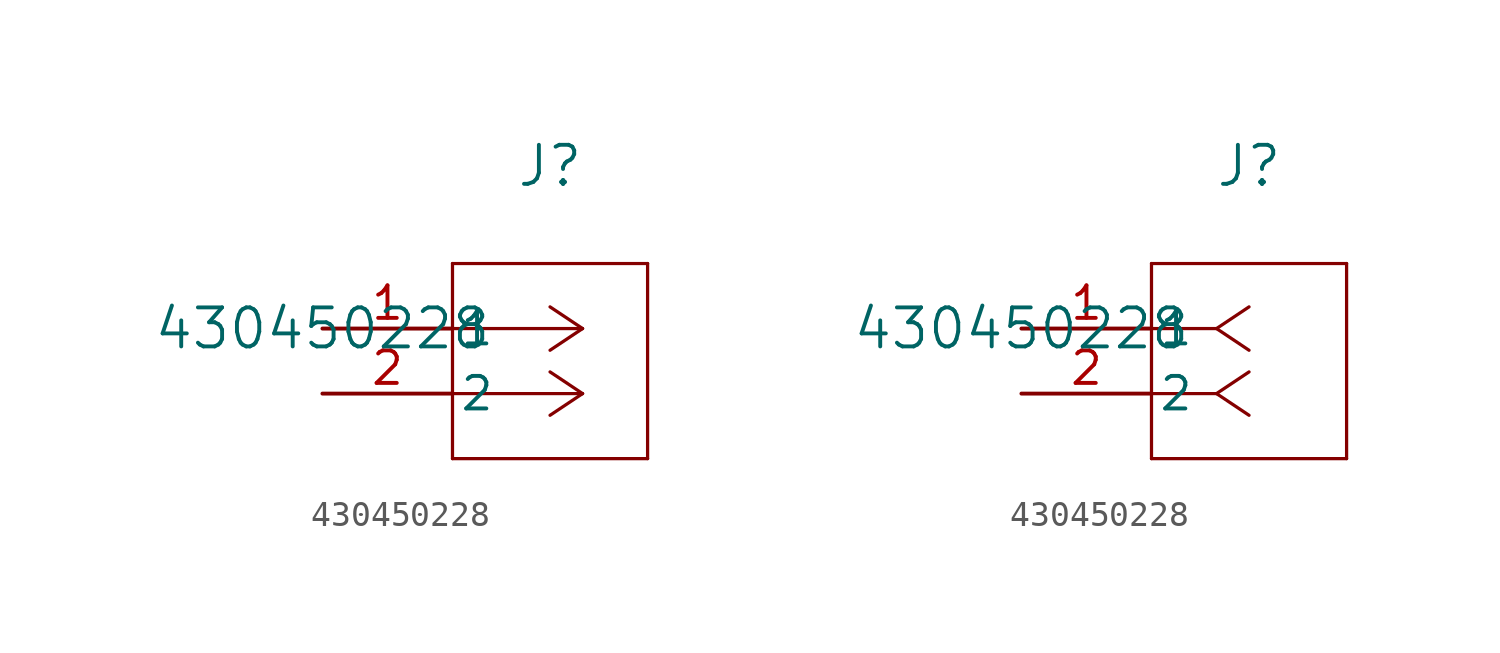
<source format=kicad_sym>
(kicad_symbol_lib
  (version 20211014)
  (generator kicad_symbol_editor)
  (symbol "430450228"
    (pin_names
      (offset 0.254))
    (property "Reference" "J"
      (at 8.89 6.35 0)
      (effects (font (size 1.524 1.524))))
    (property "Value" "430450228"
      (at 0 0 0)
      (effects (font (size 1.524 1.524))))
    (symbol "430450228_1_1"
      (polyline (pts (xy 10.16 0) (xy 5.08 0)) (stroke (width 0.127) (type default) (color 0 0 0 0)) (fill (type none)))
      (polyline (pts (xy 10.16 -2.54) (xy 5.08 -2.54)) (stroke (width 0.127) (type default) (color 0 0 0 0)) (fill (type none)))
      (polyline (pts (xy 10.16 0) (xy 8.89 0.847)) (stroke (width 0.127) (type default) (color 0 0 0 0)) (fill (type none)))
      (polyline (pts (xy 10.16 -2.54) (xy 8.89 -1.693)) (stroke (width 0.127) (type default) (color 0 0 0 0)) (fill (type none)))
      (polyline (pts (xy 10.16 0) (xy 8.89 -0.847)) (stroke (width 0.127) (type default) (color 0 0 0 0)) (fill (type none)))
      (polyline (pts (xy 10.16 -2.54) (xy 8.89 -3.387)) (stroke (width 0.127) (type default) (color 0 0 0 0)) (fill (type none)))
      (polyline (pts (xy 5.08 2.54) (xy 5.08 -5.08)) (stroke (width 0.127) (type default) (color 0 0 0 0)) (fill (type none)))
      (polyline (pts (xy 5.08 -5.08) (xy 12.7 -5.08)) (stroke (width 0.127) (type default) (color 0 0 0 0)) (fill (type none)))
      (polyline (pts (xy 12.7 -5.08) (xy 12.7 2.54)) (stroke (width 0.127) (type default) (color 0 0 0 0)) (fill (type none)))
      (polyline (pts (xy 12.7 2.54) (xy 5.08 2.54)) (stroke (width 0.127) (type default) (color 0 0 0 0)) (fill (type none)))
      (pin unspecified line (at 0 0 0) (length 5.08) (name "1" (effects (font (size 1.27 1.27)))) (number "1" (effects (font (size 1.27 1.27)))))
      (pin unspecified line (at 0 -2.54 0) (length 5.08) (name "2" (effects (font (size 1.27 1.27)))) (number "2" (effects (font (size 1.27 1.27))))))
    (symbol "430450228_1_2"
      (polyline (pts (xy 7.62 0) (xy 5.08 0)) (stroke (width 0.127) (type default) (color 0 0 0 0)) (fill (type none)))
      (polyline (pts (xy 7.62 -2.54) (xy 5.08 -2.54)) (stroke (width 0.127) (type default) (color 0 0 0 0)) (fill (type none)))
      (polyline (pts (xy 7.62 0) (xy 8.89 0.847)) (stroke (width 0.127) (type default) (color 0 0 0 0)) (fill (type none)))
      (polyline (pts (xy 7.62 -2.54) (xy 8.89 -1.693)) (stroke (width 0.127) (type default) (color 0 0 0 0)) (fill (type none)))
      (polyline (pts (xy 7.62 0) (xy 8.89 -0.847)) (stroke (width 0.127) (type default) (color 0 0 0 0)) (fill (type none)))
      (polyline (pts (xy 7.62 -2.54) (xy 8.89 -3.387)) (stroke (width 0.127) (type default) (color 0 0 0 0)) (fill (type none)))
      (polyline (pts (xy 5.08 2.54) (xy 5.08 -5.08)) (stroke (width 0.127) (type default) (color 0 0 0 0)) (fill (type none)))
      (polyline (pts (xy 5.08 -5.08) (xy 12.7 -5.08)) (stroke (width 0.127) (type default) (color 0 0 0 0)) (fill (type none)))
      (polyline (pts (xy 12.7 -5.08) (xy 12.7 2.54)) (stroke (width 0.127) (type default) (color 0 0 0 0)) (fill (type none)))
      (polyline (pts (xy 12.7 2.54) (xy 5.08 2.54)) (stroke (width 0.127) (type default) (color 0 0 0 0)) (fill (type none)))
      (pin unspecified line (at 0 0 0) (length 5.08) (name "1" (effects (font (size 1.27 1.27)))) (number "1" (effects (font (size 1.27 1.27)))))
      (pin unspecified line (at 0 -2.54 0) (length 5.08) (name "2" (effects (font (size 1.27 1.27)))) (number "2" (effects (font (size 1.27 1.27))))))))
</source>
